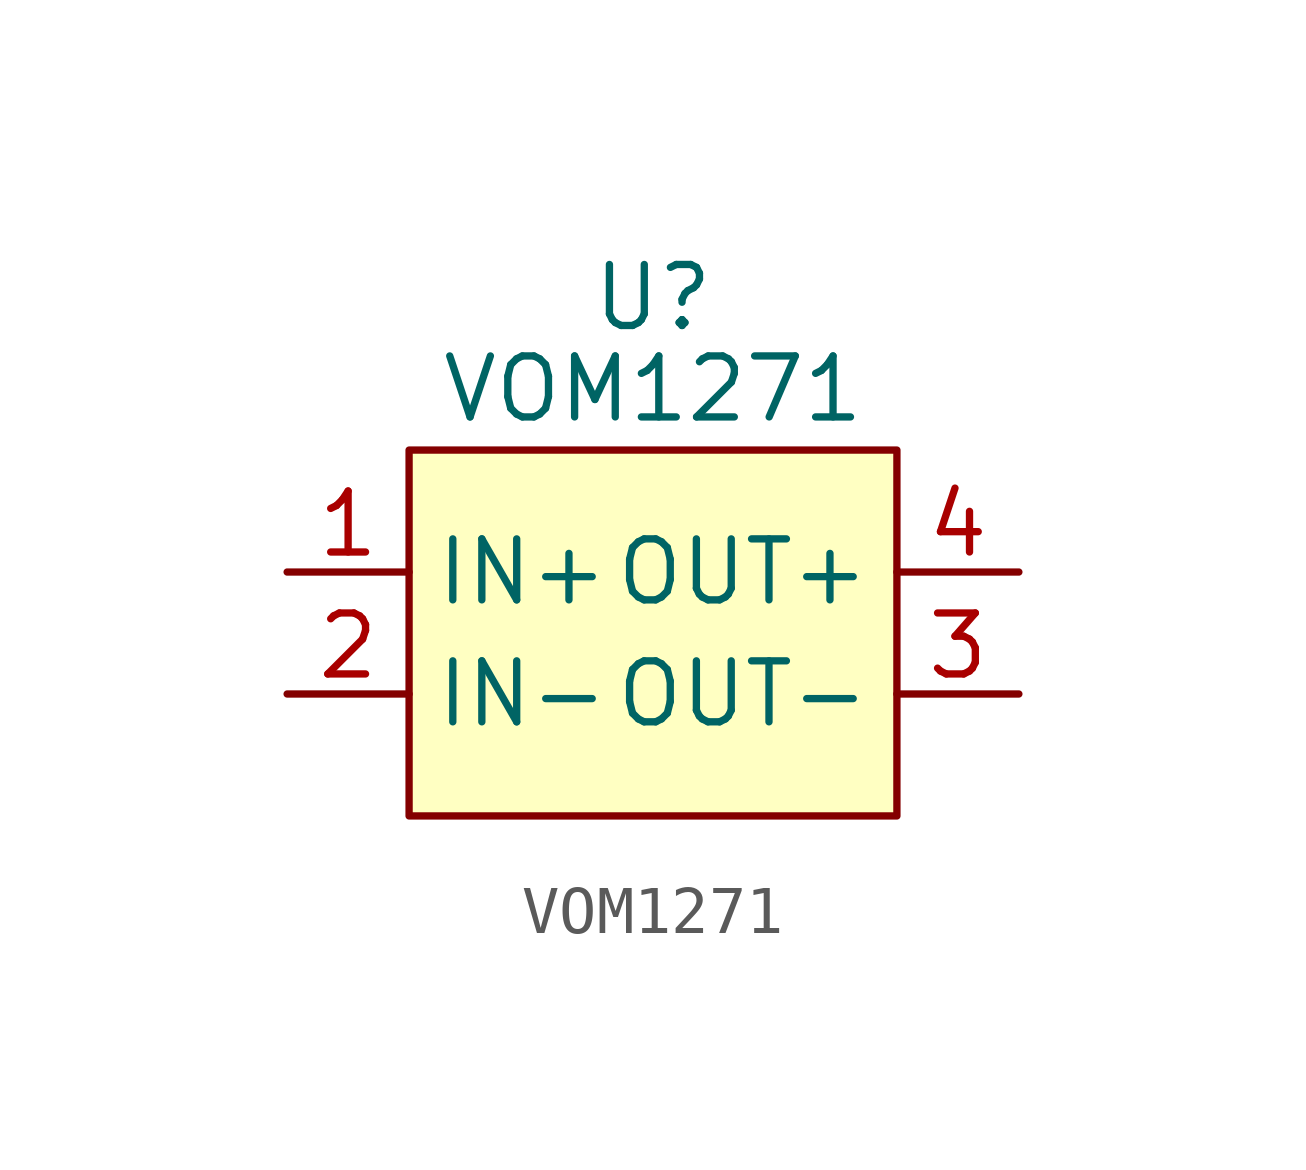
<source format=kicad_sym>
(kicad_symbol_lib
  (version 20220914)
  (generator kicad_symbol_editor)
  (symbol "VOM1271"
    (property "Reference" "U"
      (at 0 8.255 0)
      (effects (font (size 1.27 1.27))))
    (property "Value" "VOM1271"
      (at 0 6.35 0)
      (effects (font (size 1.27 1.27))))
    (symbol "VOM1271_1_1"
      (rectangle (start -5.08 5.08) (end 5.08 -2.54) (stroke (width 0) (type default)) (fill (type background)))
      (pin input line (at -7.62 2.54 0) (length 2.54) (name "IN+" (effects (font (size 1.27 1.27)))) (number "1" (effects (font (size 1.27 1.27)))))
      (pin input line (at -7.62 0 0) (length 2.54) (name "IN-" (effects (font (size 1.27 1.27)))) (number "2" (effects (font (size 1.27 1.27)))))
      (pin input line (at 7.62 0 180) (length 2.54) (name "OUT-" (effects (font (size 1.27 1.27)))) (number "3" (effects (font (size 1.27 1.27)))))
      (pin input line (at 7.62 2.54 180) (length 2.54) (name "OUT+" (effects (font (size 1.27 1.27)))) (number "4" (effects (font (size 1.27 1.27))))))))
</source>
